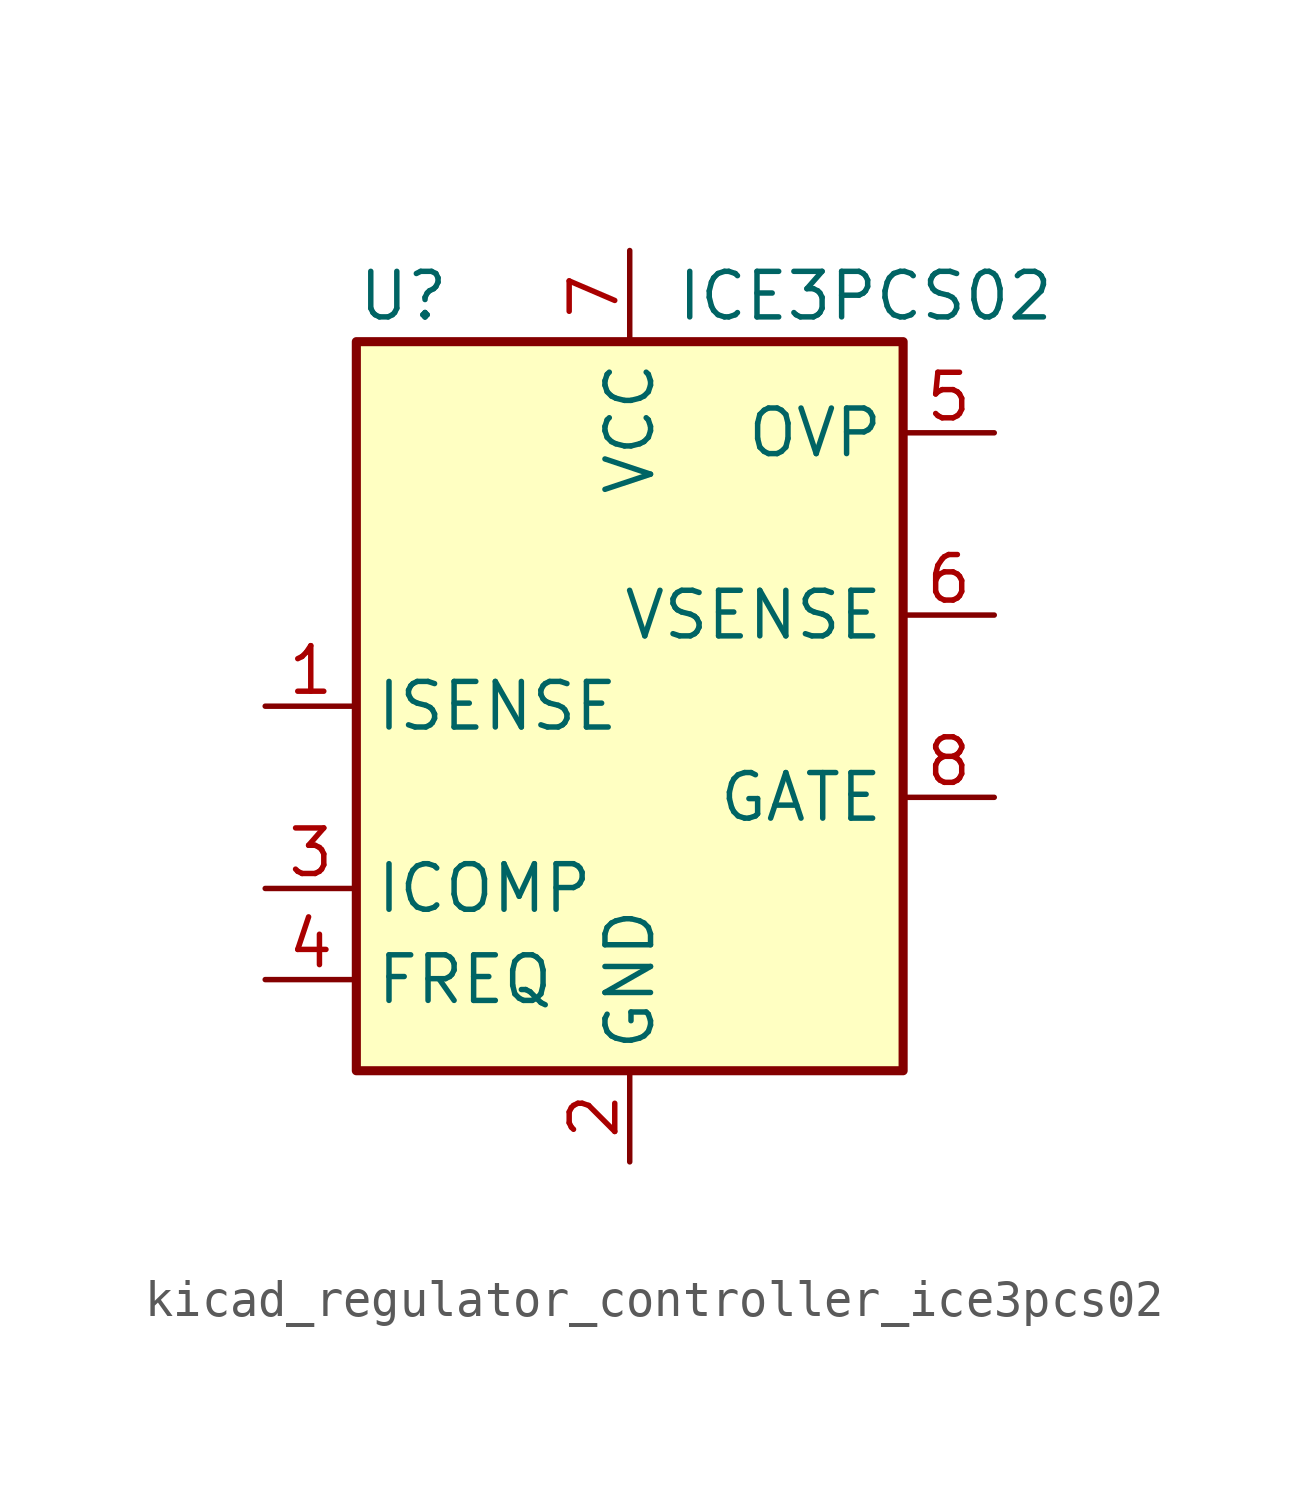
<source format=kicad_sym>
(kicad_symbol_lib
  (version 20220914)
  (generator kicad_symbol_editor)
  (symbol "kicad_regulator_controller_ice3pcs02"
    (property "Reference" "U"
      (at -7.62 11.43 0)
      (effects (font (size 1.27 1.27)) (justify left)))
    (property "Value" "ICE3PCS02"
      (at 1.27 11.43 0)
      (effects (font (size 1.27 1.27)) (justify left)))
    (symbol "kicad_regulator_controller_ice3pcs02_0_0"
      (rectangle (start -7.62 10.16) (end 7.62 -10.16) (stroke (width 0.254) (type default)) (fill (type background))))
    (symbol "kicad_regulator_controller_ice3pcs02_1_1"
      (pin input line (at -10.16 0 0) (length 2.54) (name "ISENSE" (effects (font (size 1.27 1.27)))) (number "1" (effects (font (size 1.27 1.27)))))
      (pin power_in line (at 0 -12.7 90) (length 2.54) (name "GND" (effects (font (size 1.27 1.27)))) (number "2" (effects (font (size 1.27 1.27)))))
      (pin passive line (at -10.16 -5.08 0) (length 2.54) (name "ICOMP" (effects (font (size 1.27 1.27)))) (number "3" (effects (font (size 1.27 1.27)))))
      (pin passive line (at -10.16 -7.62 0) (length 2.54) (name "FREQ" (effects (font (size 1.27 1.27)))) (number "4" (effects (font (size 1.27 1.27)))))
      (pin input line (at 10.16 7.62 180) (length 2.54) (name "OVP" (effects (font (size 1.27 1.27)))) (number "5" (effects (font (size 1.27 1.27)))))
      (pin input line (at 10.16 2.54 180) (length 2.54) (name "VSENSE" (effects (font (size 1.27 1.27)))) (number "6" (effects (font (size 1.27 1.27)))))
      (pin power_in line (at 0 12.7 270) (length 2.54) (name "VCC" (effects (font (size 1.27 1.27)))) (number "7" (effects (font (size 1.27 1.27)))))
      (pin output line (at 10.16 -2.54 180) (length 2.54) (name "GATE" (effects (font (size 1.27 1.27)))) (number "8" (effects (font (size 1.27 1.27))))))))
</source>
